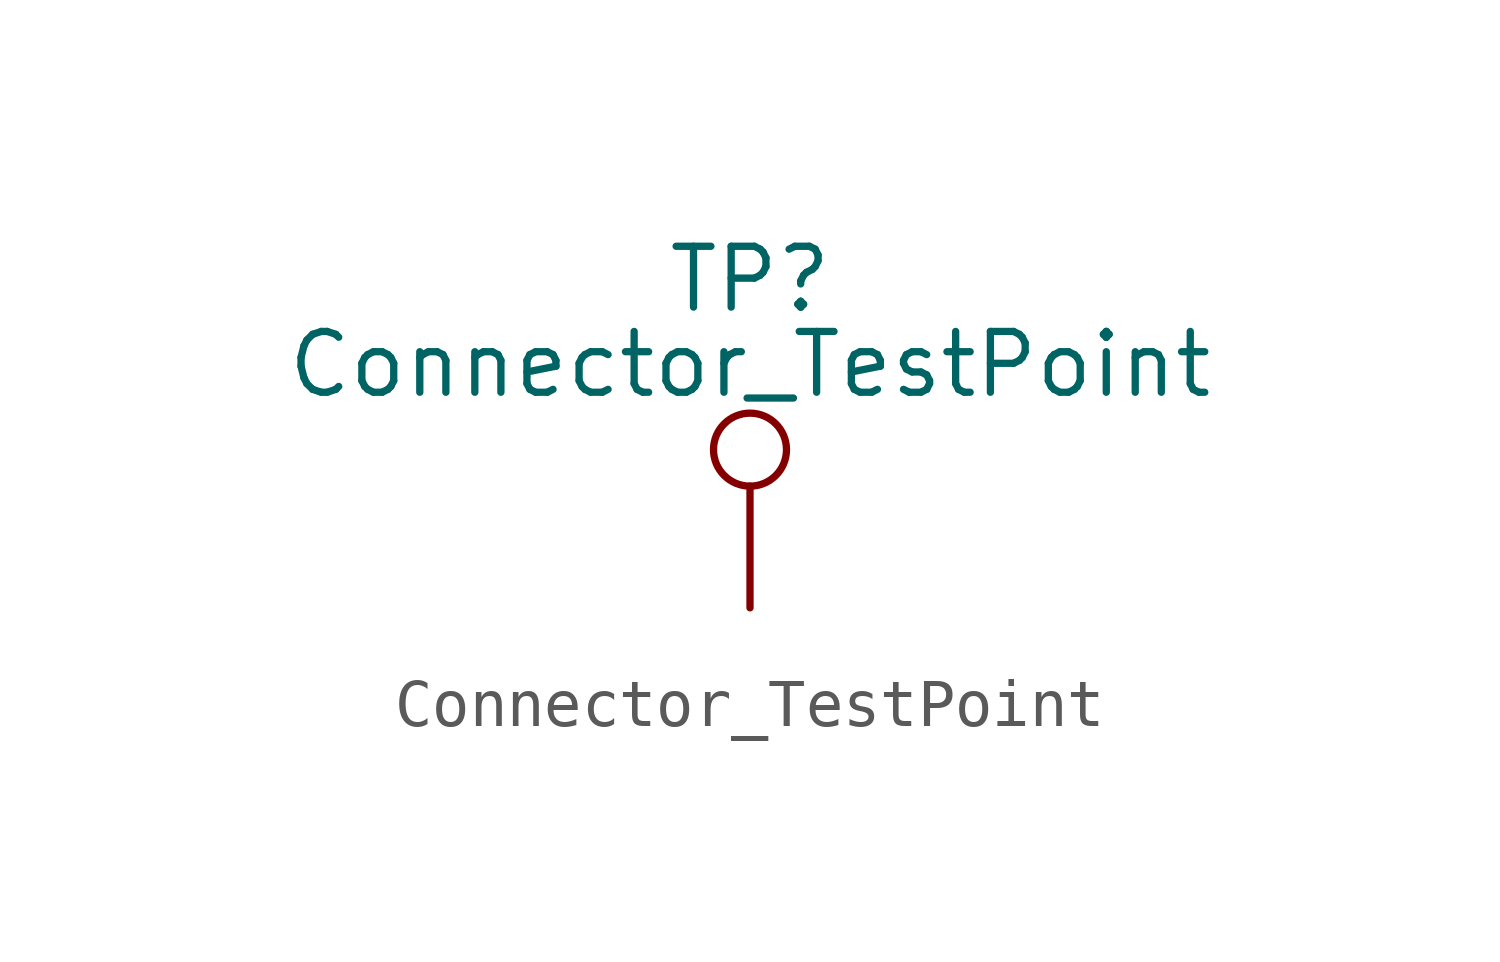
<source format=kicad_sym>
(kicad_symbol_lib
  (version 20220914)
  (generator kicad_symbol_editor)
  (symbol "Connector_TestPoint"
    (pin_numbers hide)
    (pin_names
      (offset 0.762) hide)
    (property "Reference" "TP"
      (at 0 6.858 0)
      (effects (font (size 1.27 1.27))))
    (property "Value" "Connector_TestPoint"
      (at 0 5.08 0)
      (effects (font (size 1.27 1.27))))
    (symbol "Connector_TestPoint_0_1"
      (circle (center 0 3.302) (radius 0.762) (stroke (width 0) (type solid)) (fill (type none))))
    (symbol "Connector_TestPoint_1_1"
      (pin passive line (at 0 0 90) (length 2.54) (name "1" (effects (font (size 1.27 1.27)))) (number "1" (effects (font (size 1.27 1.27))))))))
</source>
